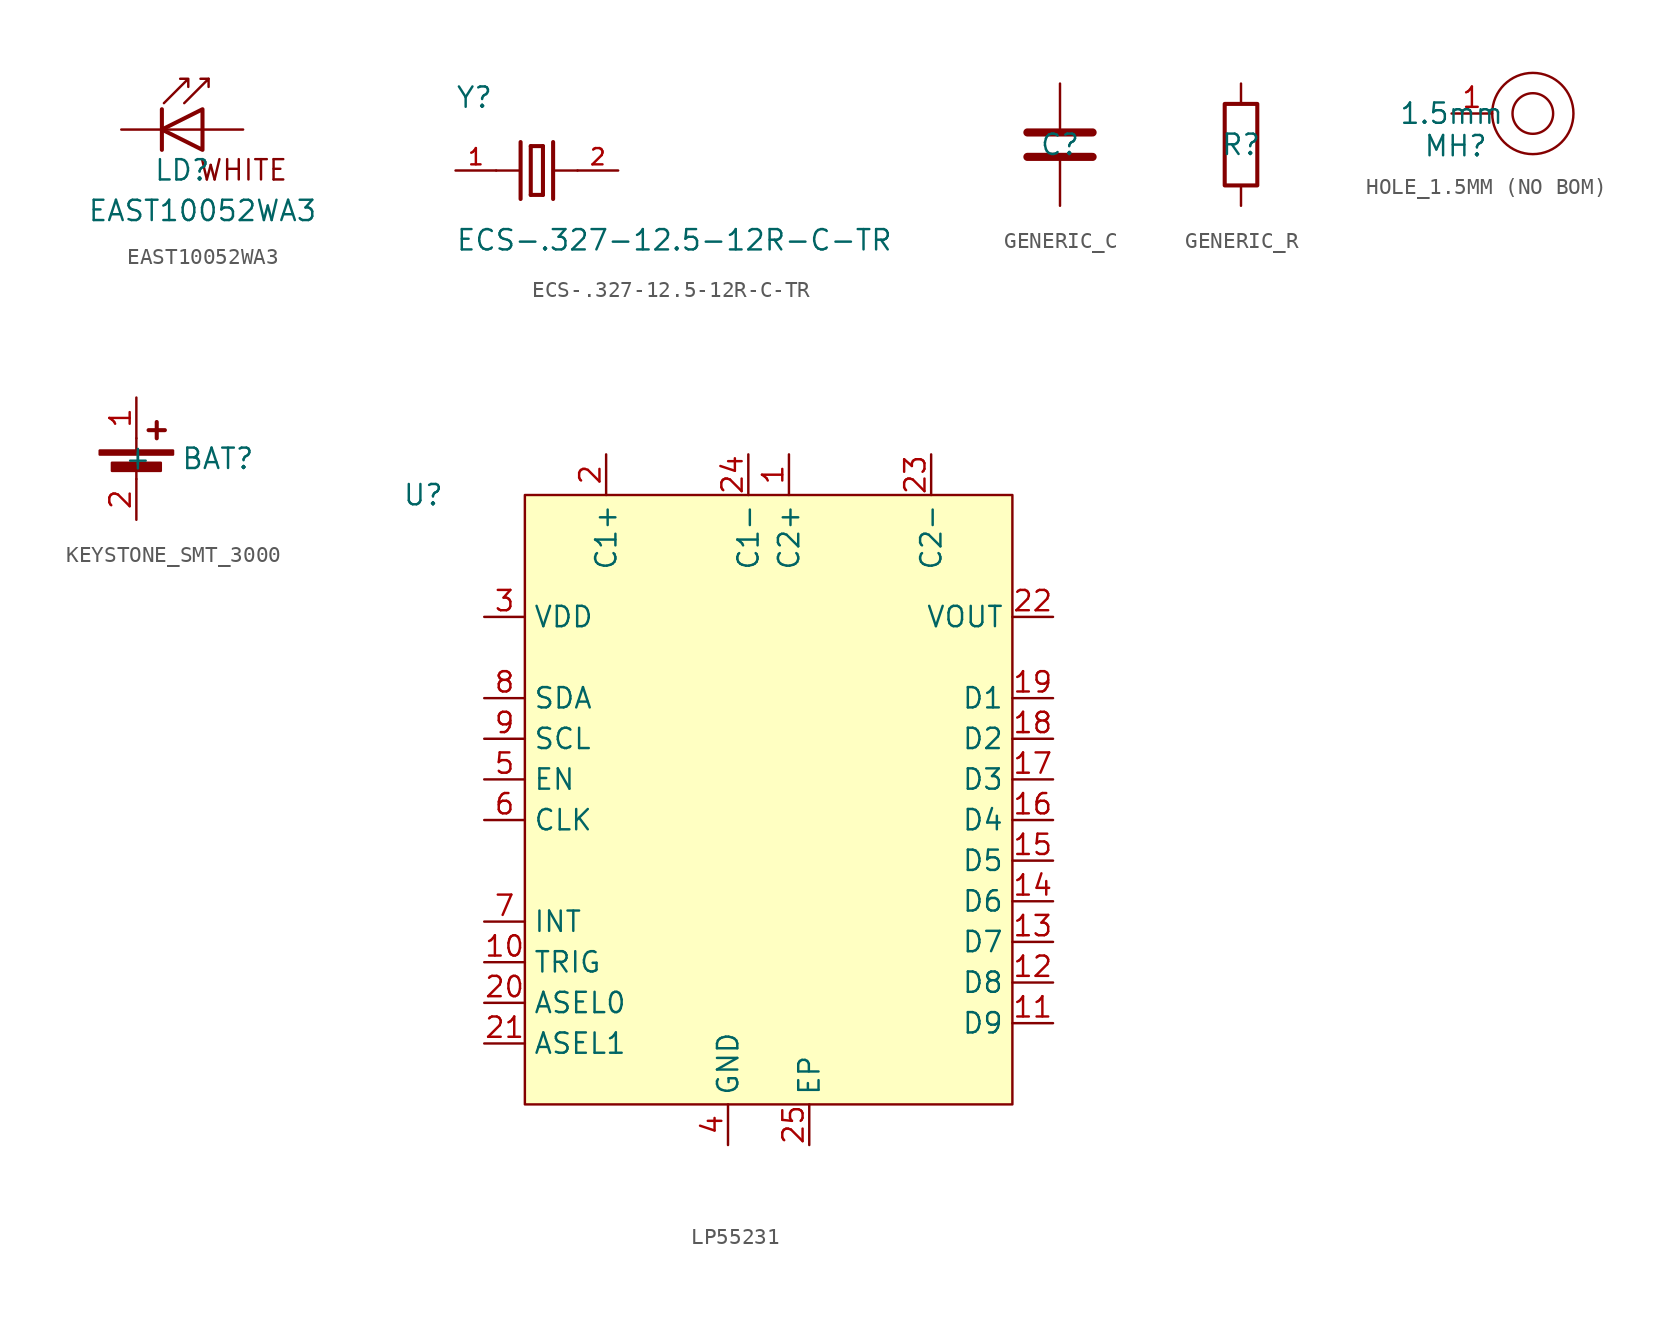
<source format=kicad_sym>
(kicad_symbol_lib
  (version 20241209)
  (generator "kicad_symbol_editor")
  (generator_version "9.0")
  (symbol "EAST10052WA3"
    (pin_numbers
      (hide yes))
    (pin_names
      (hide yes))
    (property "Reference" "LD"
      (at 0 -2.54 0)
      (effects (font (size 1.27 1.27))))
    (property "Value" "EAST10052WA3"
      (at 1.27 -5.08 0)
      (effects (font (size 1.27 1.27))))
    (symbol "EAST10052WA3_0_1"
      (polyline (pts (xy -1.27 1.27) (xy -1.27 -1.27)) (stroke (width 0.254) (type default)) (fill (type none)))
      (polyline (pts (xy -1.143 1.651) (xy 0.381 3.175) (xy 0.381 2.667) (xy 0.381 3.175) (xy -0.127 3.175)) (stroke (width 0) (type default)) (fill (type none)))
      (polyline (pts (xy 0.127 1.651) (xy 1.651 3.175) (xy 1.651 2.667)) (stroke (width 0) (type default)) (fill (type none)))
      (polyline (pts (xy 1.27 0) (xy -1.27 0)) (stroke (width 0) (type default)) (fill (type none)))
      (polyline (pts (xy 1.27 -1.27) (xy -1.27 0) (xy 1.27 1.27) (xy 1.27 -1.27)) (stroke (width 0.254) (type default)) (fill (type none)))
      (polyline (pts (xy 1.651 3.175) (xy 1.143 3.175)) (stroke (width 0) (type default)) (fill (type none))))
    (symbol "EAST10052WA3_1_1"
      (text "WHITE" (at 3.81 -2.54 0) (effects (font (size 1.27 1.27))))
      (pin passive line (at -3.81 0 0) (length 2.54) (name "K" (effects (font (size 1.27 1.27)))) (number "1" (effects (font (size 1.27 1.27)))))
      (pin passive line (at 3.81 0 180) (length 2.54) (name "A" (effects (font (size 1.27 1.27)))) (number "2" (effects (font (size 1.27 1.27)))))))
  (symbol "ECS-.327-12.5-12R-C-TR"
    (pin_names
      (offset 1.016))
    (property "Reference" "Y"
      (at -5.092 3.819 0)
      (effects (font (size 1.27 1.27)) (justify left bottom)))
    (property "Value" "ECS-.327-12.5-12R-C-TR"
      (at -5.091 -5.091 0)
      (effects (font (size 1.27 1.27)) (justify left bottom)))
    (symbol "ECS-.327-12.5-12R-C-TR_0_0"
      (polyline (pts (xy -2.54 0) (xy -1.016 0)) (stroke (width 0.152) (type default)) (fill (type none)))
      (polyline (pts (xy -1.016 1.778) (xy -1.016 -1.778)) (stroke (width 0.254) (type default)) (fill (type none)))
      (polyline (pts (xy -0.381 1.524) (xy -0.381 -1.524)) (stroke (width 0.254) (type default)) (fill (type none)))
      (polyline (pts (xy -0.381 -1.524) (xy 0.381 -1.524)) (stroke (width 0.254) (type default)) (fill (type none)))
      (polyline (pts (xy 0.381 1.524) (xy -0.381 1.524)) (stroke (width 0.254) (type default)) (fill (type none)))
      (polyline (pts (xy 0.381 -1.524) (xy 0.381 1.524)) (stroke (width 0.254) (type default)) (fill (type none)))
      (polyline (pts (xy 1.016 1.778) (xy 1.016 -1.778)) (stroke (width 0.254) (type default)) (fill (type none)))
      (polyline (pts (xy 1.016 0) (xy 2.54 0)) (stroke (width 0.152) (type default)) (fill (type none)))
      (pin passive line (at -5.08 0 0) (length 2.54) (name "~" (effects (font (size 1.016 1.016)))) (number "1" (effects (font (size 1.016 1.016)))))
      (pin passive line (at 5.08 0 180) (length 2.54) (name "~" (effects (font (size 1.016 1.016)))) (number "2" (effects (font (size 1.016 1.016)))))))
  (symbol "GENERIC_C"
    (pin_numbers
      (hide yes))
    (pin_names
      (hide yes))
    (property "Reference" "C"
      (at 0 0 0)
      (effects (font (size 1.27 1.27))))
    (property "Value" ""
      (at 0 0 0)
      (effects (font (size 1.27 1.27))))
    (symbol "GENERIC_C_0_1"
      (polyline (pts (xy -2.032 0.762) (xy 2.032 0.762)) (stroke (width 0.508) (type default)) (fill (type none)))
      (polyline (pts (xy -2.032 -0.762) (xy 2.032 -0.762)) (stroke (width 0.508) (type default)) (fill (type none))))
    (symbol "GENERIC_C_1_1"
      (pin passive line (at 0 3.81 270) (length 2.794) (name "~" (effects (font (size 1.27 1.27)))) (number "1" (effects (font (size 1.27 1.27)))))
      (pin passive line (at 0 -3.81 90) (length 2.794) (name "~" (effects (font (size 1.27 1.27)))) (number "2" (effects (font (size 1.27 1.27)))))))
  (symbol "GENERIC_R"
    (pin_numbers
      (hide yes))
    (pin_names
      (hide yes))
    (property "Reference" "R"
      (at 0 0 0)
      (effects (font (size 1.27 1.27))))
    (property "Value" ""
      (at 0 0 0)
      (effects (font (size 1.27 1.27))))
    (symbol "GENERIC_R_0_1"
      (rectangle (start -1.016 -2.54) (end 1.016 2.54) (stroke (width 0.254) (type default)) (fill (type none))))
    (symbol "GENERIC_R_1_1"
      (pin passive line (at 0 3.81 270) (length 1.27) (name "~" (effects (font (size 1.27 1.27)))) (number "1" (effects (font (size 1.27 1.27)))))
      (pin passive line (at 0 -3.81 90) (length 1.27) (name "~" (effects (font (size 1.27 1.27)))) (number "2" (effects (font (size 1.27 1.27)))))))
  (symbol "HOLE_1.5MM (NO BOM)"
    (property "Reference" "MH"
      (at 0.254 -2.032 0)
      (effects (font (size 1.27 1.27))))
    (property "Value" "1.5mm"
      (at 0 0 0)
      (effects (font (size 1.27 1.27))))
    (symbol "HOLE_1.5MM (NO BOM)_0_1"
      (circle (center 5.08 0) (radius 1.27) (stroke (width 0) (type default)) (fill (type none)))
      (circle (center 5.08 0) (radius 2.54) (stroke (width 0) (type default)) (fill (type none))))
    (symbol "HOLE_1.5MM (NO BOM)_1_1"
      (pin input line (at 0 0 0) (length 2.54) (name "" (effects (font (size 1.27 1.27)))) (number "1" (effects (font (size 1.27 1.27)))))))
  (symbol "KEYSTONE_SMT_3000"
    (property "Reference" "BAT"
      (at 5.08 0 0)
      (effects (font (size 1.27 1.27))))
    (property "Value" ""
      (at 0 0 0)
      (effects (font (size 1.27 1.27))))
    (symbol "KEYSTONE_SMT_3000_0_1"
      (rectangle (start -2.286 0.508) (end 2.286 0.254) (stroke (width 0) (type default)) (fill (type outline)))
      (rectangle (start -1.524 -0.254) (end 1.524 -0.762) (stroke (width 0) (type default)) (fill (type outline)))
      (polyline (pts (xy 0 0.508) (xy 0 1.27)) (stroke (width 0) (type default)) (fill (type none)))
      (polyline (pts (xy 0 -0.508) (xy 0 -1.27)) (stroke (width 0) (type default)) (fill (type none)))
      (polyline (pts (xy 0.762 1.778) (xy 1.778 1.778)) (stroke (width 0.254) (type default)) (fill (type none)))
      (polyline (pts (xy 1.27 2.286) (xy 1.27 1.27)) (stroke (width 0.254) (type default)) (fill (type none))))
    (symbol "KEYSTONE_SMT_3000_1_1"
      (pin passive line (at 0 3.81 270) (length 2.54) (name "+" (effects (font (size 1.27 1.27)))) (number "1" (effects (font (size 1.27 1.27)))))
      (pin passive line (at 0 -3.81 90) (length 2.54) (name "-" (effects (font (size 1.27 1.27)))) (number "2" (effects (font (size 1.27 1.27)))))))
  (symbol "LP55231"
    (property "Reference" "U"
      (at -21.59 19.05 0)
      (effects (font (size 1.27 1.27))))
    (property "Value" ""
      (at -21.59 19.05 0)
      (effects (font (size 1.27 1.27))))
    (symbol "LP55231_0_1"
      (rectangle (start -15.24 19.05) (end 15.24 -19.05) (stroke (width 0) (type default)) (fill (type background))))
    (symbol "LP55231_1_1"
      (pin passive line (at -17.78 11.43 0) (length 2.54) (name "VDD" (effects (font (size 1.27 1.27)))) (number "3" (effects (font (size 1.27 1.27)))))
      (pin passive line (at -17.78 6.35 0) (length 2.54) (name "SDA" (effects (font (size 1.27 1.27)))) (number "8" (effects (font (size 1.27 1.27)))))
      (pin passive line (at -17.78 3.81 0) (length 2.54) (name "SCL" (effects (font (size 1.27 1.27)))) (number "9" (effects (font (size 1.27 1.27)))))
      (pin passive line (at -17.78 1.27 0) (length 2.54) (name "EN" (effects (font (size 1.27 1.27)))) (number "5" (effects (font (size 1.27 1.27)))))
      (pin passive line (at -17.78 -1.27 0) (length 2.54) (name "CLK" (effects (font (size 1.27 1.27)))) (number "6" (effects (font (size 1.27 1.27)))))
      (pin passive line (at -17.78 -7.62 0) (length 2.54) (name "INT" (effects (font (size 1.27 1.27)))) (number "7" (effects (font (size 1.27 1.27)))))
      (pin passive line (at -17.78 -10.16 0) (length 2.54) (name "TRIG" (effects (font (size 1.27 1.27)))) (number "10" (effects (font (size 1.27 1.27)))))
      (pin passive line (at -17.78 -12.7 0) (length 2.54) (name "ASEL0" (effects (font (size 1.27 1.27)))) (number "20" (effects (font (size 1.27 1.27)))))
      (pin passive line (at -17.78 -15.24 0) (length 2.54) (name "ASEL1" (effects (font (size 1.27 1.27)))) (number "21" (effects (font (size 1.27 1.27)))))
      (pin passive line (at -10.16 21.59 270) (length 2.54) (name "C1+" (effects (font (size 1.27 1.27)))) (number "2" (effects (font (size 1.27 1.27)))))
      (pin passive line (at -2.54 -21.59 90) (length 2.54) (name "GND" (effects (font (size 1.27 1.27)))) (number "4" (effects (font (size 1.27 1.27)))))
      (pin passive line (at -1.27 21.59 270) (length 2.54) (name "C1-" (effects (font (size 1.27 1.27)))) (number "24" (effects (font (size 1.27 1.27)))))
      (pin passive line (at 1.27 21.59 270) (length 2.54) (name "C2+" (effects (font (size 1.27 1.27)))) (number "1" (effects (font (size 1.27 1.27)))))
      (pin passive line (at 2.54 -21.59 90) (length 2.54) (name "EP" (effects (font (size 1.27 1.27)))) (number "25" (effects (font (size 1.27 1.27)))))
      (pin passive line (at 10.16 21.59 270) (length 2.54) (name "C2-" (effects (font (size 1.27 1.27)))) (number "23" (effects (font (size 1.27 1.27)))))
      (pin passive line (at 17.78 11.43 180) (length 2.54) (name "VOUT" (effects (font (size 1.27 1.27)))) (number "22" (effects (font (size 1.27 1.27)))))
      (pin passive line (at 17.78 6.35 180) (length 2.54) (name "D1" (effects (font (size 1.27 1.27)))) (number "19" (effects (font (size 1.27 1.27)))))
      (pin passive line (at 17.78 3.81 180) (length 2.54) (name "D2" (effects (font (size 1.27 1.27)))) (number "18" (effects (font (size 1.27 1.27)))))
      (pin passive line (at 17.78 1.27 180) (length 2.54) (name "D3" (effects (font (size 1.27 1.27)))) (number "17" (effects (font (size 1.27 1.27)))))
      (pin passive line (at 17.78 -1.27 180) (length 2.54) (name "D4" (effects (font (size 1.27 1.27)))) (number "16" (effects (font (size 1.27 1.27)))))
      (pin passive line (at 17.78 -3.81 180) (length 2.54) (name "D5" (effects (font (size 1.27 1.27)))) (number "15" (effects (font (size 1.27 1.27)))))
      (pin passive line (at 17.78 -6.35 180) (length 2.54) (name "D6" (effects (font (size 1.27 1.27)))) (number "14" (effects (font (size 1.27 1.27)))))
      (pin passive line (at 17.78 -8.89 180) (length 2.54) (name "D7" (effects (font (size 1.27 1.27)))) (number "13" (effects (font (size 1.27 1.27)))))
      (pin passive line (at 17.78 -11.43 180) (length 2.54) (name "D8" (effects (font (size 1.27 1.27)))) (number "12" (effects (font (size 1.27 1.27)))))
      (pin passive line (at 17.78 -13.97 180) (length 2.54) (name "D9" (effects (font (size 1.27 1.27)))) (number "11" (effects (font (size 1.27 1.27))))))))
</source>
